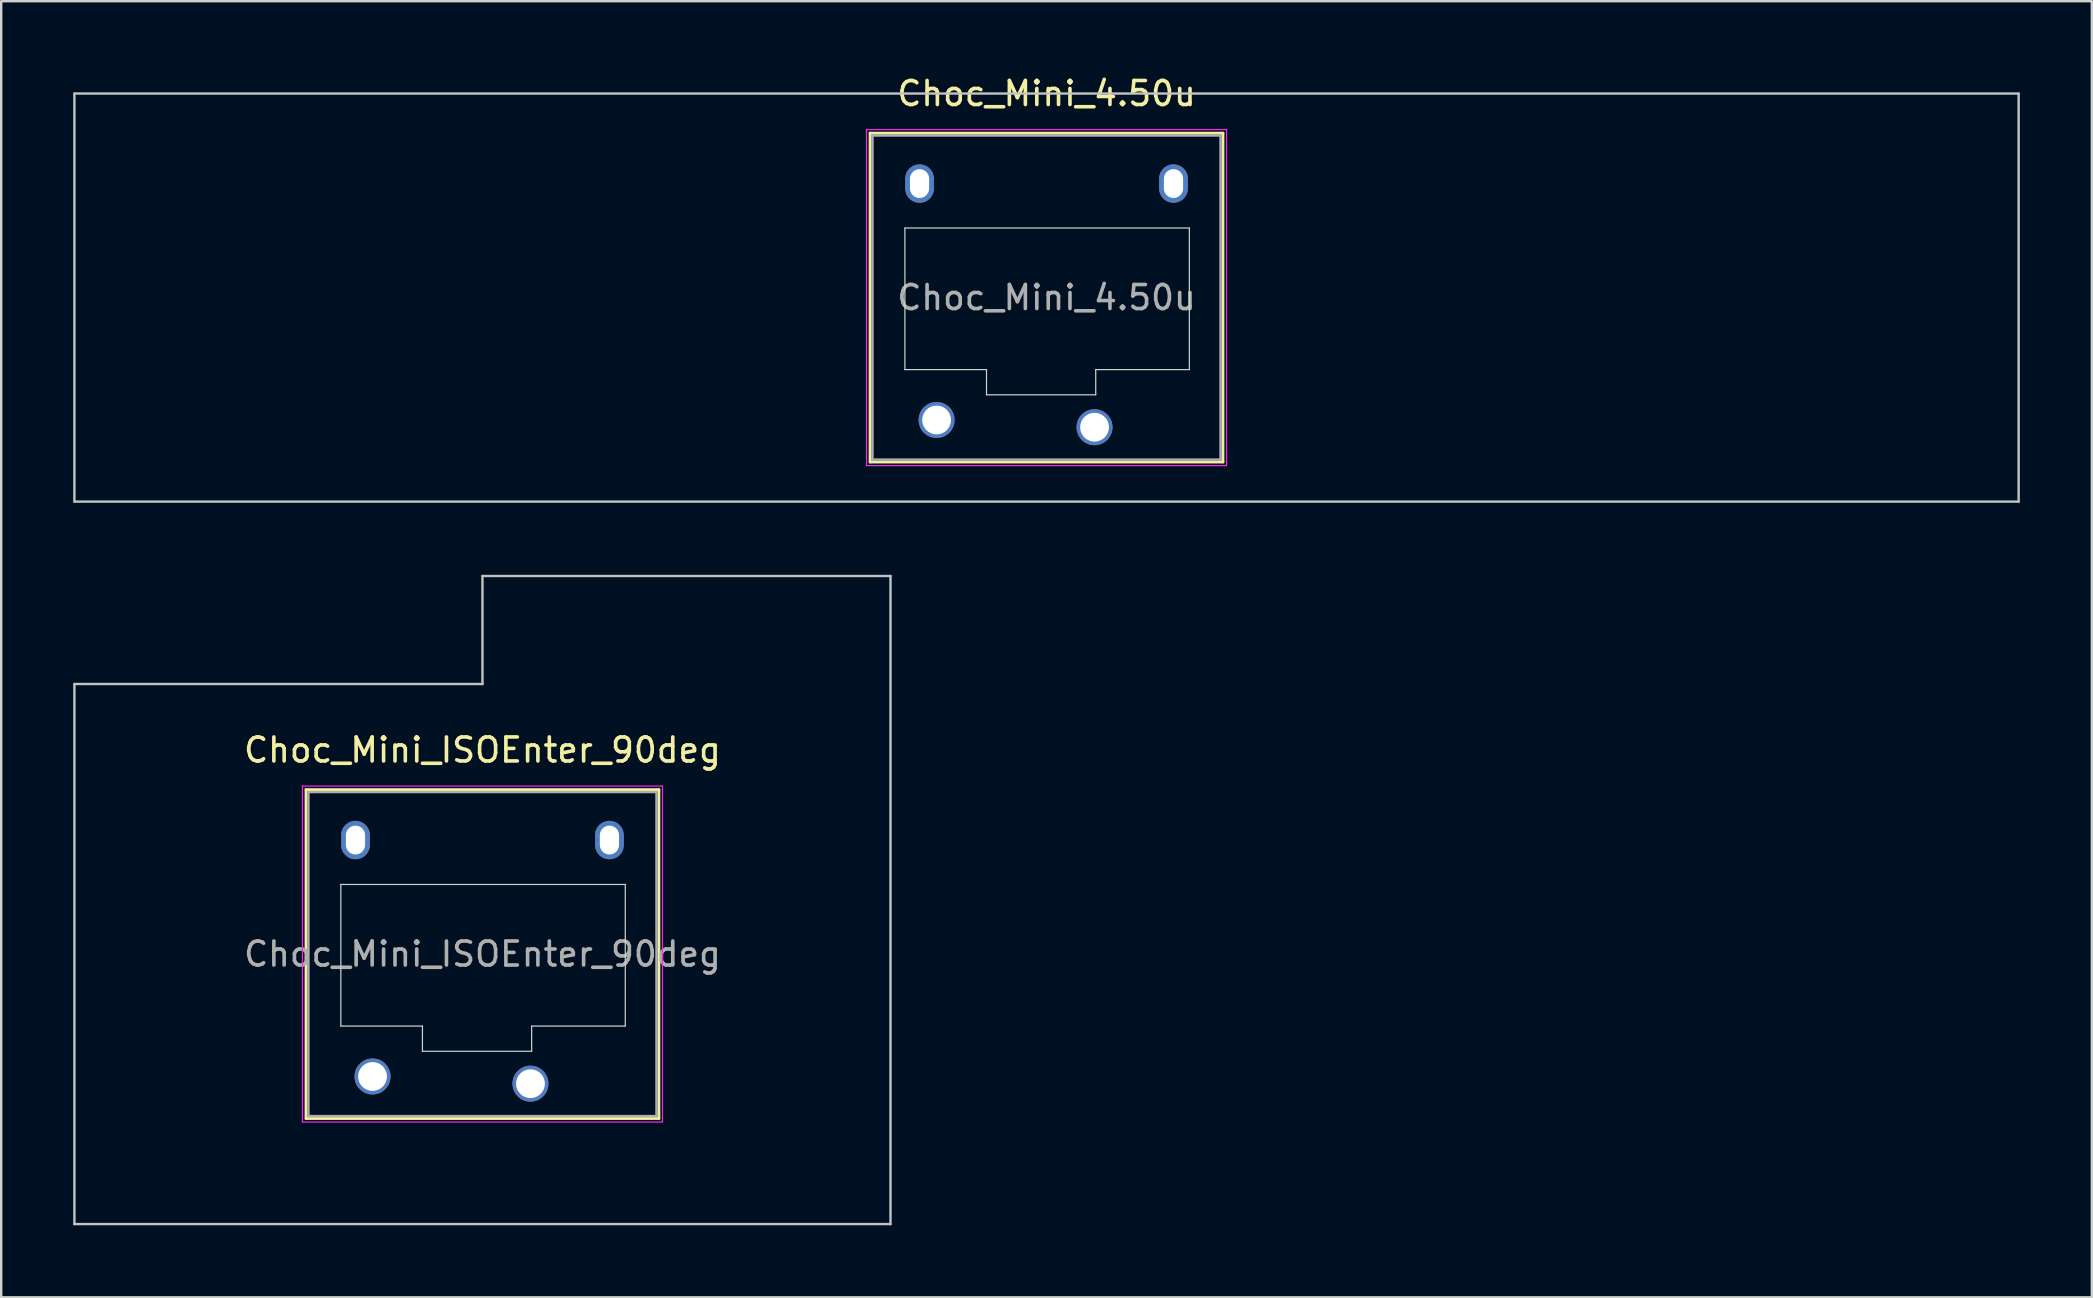
<source format=kicad_pcb>
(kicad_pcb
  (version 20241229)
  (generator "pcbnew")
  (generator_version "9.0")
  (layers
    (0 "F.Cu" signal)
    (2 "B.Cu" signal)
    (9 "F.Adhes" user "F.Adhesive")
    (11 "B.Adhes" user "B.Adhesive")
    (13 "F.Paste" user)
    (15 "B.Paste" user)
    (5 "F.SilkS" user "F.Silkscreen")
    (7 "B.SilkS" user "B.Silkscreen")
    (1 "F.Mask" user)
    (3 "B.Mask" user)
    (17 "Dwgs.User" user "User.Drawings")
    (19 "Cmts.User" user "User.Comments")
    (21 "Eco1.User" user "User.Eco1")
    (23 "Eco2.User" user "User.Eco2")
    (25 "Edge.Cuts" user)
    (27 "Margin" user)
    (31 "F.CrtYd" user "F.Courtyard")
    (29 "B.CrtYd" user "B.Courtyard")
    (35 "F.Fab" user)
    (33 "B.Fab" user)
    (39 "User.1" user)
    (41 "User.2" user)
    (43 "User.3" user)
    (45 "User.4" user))
  (footprint "Choc_Mini_ISOEnter_90deg"
    (layer "F.Cu")
    (at 17.05 36.698)
    (property "Reference" "Choc_Mini_ISOEnter_90deg" (at 0 -8.5 0) (layer "F.SilkS") (effects (font (size 1 1) (thickness 0.15))))
    (attr through_hole)
    (fp_line (start -7.35 -6.85) (end -7.35 6.85) (stroke (width 0.12) (type solid)) (layer "F.SilkS"))
    (fp_line (start -7.35 6.85) (end 7.35 6.85) (stroke (width 0.12) (type solid)) (layer "F.SilkS"))
    (fp_line (start 7.35 -6.85) (end -7.35 -6.85) (stroke (width 0.12) (type solid)) (layer "F.SilkS"))
    (fp_line (start 7.35 6.85) (end 7.35 -6.85) (stroke (width 0.12) (type solid)) (layer "F.SilkS"))
    (fp_line (start -17 -11.25) (end -17 11.25) (stroke (width 0.1) (type solid)) (layer "Dwgs.User"))
    (fp_line (start -17 11.25) (end 17 11.25) (stroke (width 0.1) (type solid)) (layer "Dwgs.User"))
    (fp_line (start 0 -15.75) (end 0 -11.25) (stroke (width 0.1) (type solid)) (layer "Dwgs.User"))
    (fp_line (start 0 -11.25) (end -17 -11.25) (stroke (width 0.1) (type solid)) (layer "Dwgs.User"))
    (fp_line (start 17 -15.75) (end 0 -15.75) (stroke (width 0.1) (type solid)) (layer "Dwgs.User"))
    (fp_line (start 17 11.25) (end 17 -15.75) (stroke (width 0.1) (type solid)) (layer "Dwgs.User"))
    (fp_line (start -6.85 -6.35) (end -6.85 6.35) (stroke (width 0.1) (type solid)) (layer "Eco1.User"))
    (fp_line (start -6.85 6.35) (end 6.85 6.35) (stroke (width 0.1) (type solid)) (layer "Eco1.User"))
    (fp_line (start 6.85 -6.35) (end -6.85 -6.35) (stroke (width 0.1) (type solid)) (layer "Eco1.User"))
    (fp_line (start 6.85 6.35) (end 6.85 -6.35) (stroke (width 0.1) (type solid)) (layer "Eco1.User"))
    (fp_line (start -5.9 -2.9) (end -5.9 3) (stroke (width 0.05) (type solid)) (layer "Edge.Cuts"))
    (fp_line (start -5.9 3) (end -2.5 3) (stroke (width 0.05) (type solid)) (layer "Edge.Cuts"))
    (fp_line (start -2.5 3) (end -2.5 4.05) (stroke (width 0.05) (type solid)) (layer "Edge.Cuts"))
    (fp_line (start -2.5 4.05) (end 2.05 4.05) (stroke (width 0.05) (type solid)) (layer "Edge.Cuts"))
    (fp_line (start 2.05 3) (end 5.95 3) (stroke (width 0.05) (type solid)) (layer "Edge.Cuts"))
    (fp_line (start 2.05 4.05) (end 2.05 3) (stroke (width 0.05) (type solid)) (layer "Edge.Cuts"))
    (fp_line (start 5.95 -2.9) (end -5.9 -2.9) (stroke (width 0.05) (type solid)) (layer "Edge.Cuts"))
    (fp_line (start 5.95 3) (end 5.95 -2.9) (stroke (width 0.05) (type solid)) (layer "Edge.Cuts"))
    (fp_line (start -7.5 -7) (end -7.5 7) (stroke (width 0.05) (type solid)) (layer "F.CrtYd"))
    (fp_line (start -7.5 7) (end 7.5 7) (stroke (width 0.05) (type solid)) (layer "F.CrtYd"))
    (fp_line (start 7.5 -7) (end -7.5 -7) (stroke (width 0.05) (type solid)) (layer "F.CrtYd"))
    (fp_line (start 7.5 7) (end 7.5 -7) (stroke (width 0.05) (type solid)) (layer "F.CrtYd"))
    (fp_line (start -7.25 -6.75) (end -7.25 6.75) (stroke (width 0.1) (type solid)) (layer "F.Fab"))
    (fp_line (start -7.25 6.75) (end 7.25 6.75) (stroke (width 0.1) (type solid)) (layer "F.Fab"))
    (fp_line (start 7.25 -6.75) (end -7.25 -6.75) (stroke (width 0.1) (type solid)) (layer "F.Fab"))
    (fp_line (start 7.25 6.75) (end 7.25 -6.75) (stroke (width 0.1) (type solid)) (layer "F.Fab"))
    (fp_text user "${REFERENCE}" (at 0 0 0) (layer "F.Fab") (effects (font (size 1 1) (thickness 0.15))))
    (pad "" np_thru_hole oval (at -5.29 -4.75) (size 1.2 1.6) (drill oval 0.8 1.2) (layers "*.Cu" "*.Mask"))
    (pad "" np_thru_hole oval (at 5.29 -4.75) (size 1.2 1.6) (drill oval 0.8 1.2) (layers "*.Cu" "*.Mask"))
    (pad "1" thru_hole circle (at 2 5.4) (size 1.5 1.5) (drill 1.2) (layers "*.Cu" "*.Mask"))
    (pad "2" thru_hole circle (at -4.58 5.1) (size 1.5 1.5) (drill 1.2) (layers "*.Cu" "*.Mask")))
  (footprint "Choc_Mini_4.50u"
    (layer "F.Cu")
    (at 40.55 9.348)
    (property "Reference" "Choc_Mini_4.50u" (at 0 -8.5 0) (layer "F.SilkS") (effects (font (size 1 1) (thickness 0.15))))
    (attr through_hole)
    (fp_line (start -7.35 -6.85) (end -7.35 6.85) (stroke (width 0.12) (type solid)) (layer "F.SilkS"))
    (fp_line (start -7.35 6.85) (end 7.35 6.85) (stroke (width 0.12) (type solid)) (layer "F.SilkS"))
    (fp_line (start 7.35 -6.85) (end -7.35 -6.85) (stroke (width 0.12) (type solid)) (layer "F.SilkS"))
    (fp_line (start 7.35 6.85) (end 7.35 -6.85) (stroke (width 0.12) (type solid)) (layer "F.SilkS"))
    (fp_line (start -40.5 -8.5) (end -40.5 8.5) (stroke (width 0.1) (type solid)) (layer "Dwgs.User"))
    (fp_line (start -40.5 8.5) (end 40.5 8.5) (stroke (width 0.1) (type solid)) (layer "Dwgs.User"))
    (fp_line (start 40.5 -8.5) (end -40.5 -8.5) (stroke (width 0.1) (type solid)) (layer "Dwgs.User"))
    (fp_line (start 40.5 8.5) (end 40.5 -8.5) (stroke (width 0.1) (type solid)) (layer "Dwgs.User"))
    (fp_line (start -6.85 -6.35) (end -6.85 6.35) (stroke (width 0.1) (type solid)) (layer "Eco1.User"))
    (fp_line (start -6.85 6.35) (end 6.85 6.35) (stroke (width 0.1) (type solid)) (layer "Eco1.User"))
    (fp_line (start 6.85 -6.35) (end -6.85 -6.35) (stroke (width 0.1) (type solid)) (layer "Eco1.User"))
    (fp_line (start 6.85 6.35) (end 6.85 -6.35) (stroke (width 0.1) (type solid)) (layer "Eco1.User"))
    (fp_line (start -5.9 -2.9) (end -5.9 3) (stroke (width 0.05) (type solid)) (layer "Edge.Cuts"))
    (fp_line (start -5.9 3) (end -2.5 3) (stroke (width 0.05) (type solid)) (layer "Edge.Cuts"))
    (fp_line (start -2.5 3) (end -2.5 4.05) (stroke (width 0.05) (type solid)) (layer "Edge.Cuts"))
    (fp_line (start -2.5 4.05) (end 2.05 4.05) (stroke (width 0.05) (type solid)) (layer "Edge.Cuts"))
    (fp_line (start 2.05 3) (end 5.95 3) (stroke (width 0.05) (type solid)) (layer "Edge.Cuts"))
    (fp_line (start 2.05 4.05) (end 2.05 3) (stroke (width 0.05) (type solid)) (layer "Edge.Cuts"))
    (fp_line (start 5.95 -2.9) (end -5.9 -2.9) (stroke (width 0.05) (type solid)) (layer "Edge.Cuts"))
    (fp_line (start 5.95 3) (end 5.95 -2.9) (stroke (width 0.05) (type solid)) (layer "Edge.Cuts"))
    (fp_line (start -7.5 -7) (end -7.5 7) (stroke (width 0.05) (type solid)) (layer "F.CrtYd"))
    (fp_line (start -7.5 7) (end 7.5 7) (stroke (width 0.05) (type solid)) (layer "F.CrtYd"))
    (fp_line (start 7.5 -7) (end -7.5 -7) (stroke (width 0.05) (type solid)) (layer "F.CrtYd"))
    (fp_line (start 7.5 7) (end 7.5 -7) (stroke (width 0.05) (type solid)) (layer "F.CrtYd"))
    (fp_line (start -7.25 -6.75) (end -7.25 6.75) (stroke (width 0.1) (type solid)) (layer "F.Fab"))
    (fp_line (start -7.25 6.75) (end 7.25 6.75) (stroke (width 0.1) (type solid)) (layer "F.Fab"))
    (fp_line (start 7.25 -6.75) (end -7.25 -6.75) (stroke (width 0.1) (type solid)) (layer "F.Fab"))
    (fp_line (start 7.25 6.75) (end 7.25 -6.75) (stroke (width 0.1) (type solid)) (layer "F.Fab"))
    (fp_text user "${REFERENCE}" (at 0 0 0) (layer "F.Fab") (effects (font (size 1 1) (thickness 0.15))))
    (pad "" np_thru_hole oval (at -5.29 -4.75) (size 1.2 1.6) (drill oval 0.8 1.2) (layers "*.Cu" "*.Mask"))
    (pad "" np_thru_hole oval (at 5.29 -4.75) (size 1.2 1.6) (drill oval 0.8 1.2) (layers "*.Cu" "*.Mask"))
    (pad "1" thru_hole circle (at 2 5.4) (size 1.5 1.5) (drill 1.2) (layers "*.Cu" "*.Mask"))
    (pad "2" thru_hole circle (at -4.58 5.1) (size 1.5 1.5) (drill 1.2) (layers "*.Cu" "*.Mask")))
  (gr_rect
    (start -3 -3)
    (end 84.1 50.998)
    (stroke (width 0.1) (type default))
    (fill no)
    (layer "Edge.Cuts")))
</source>
